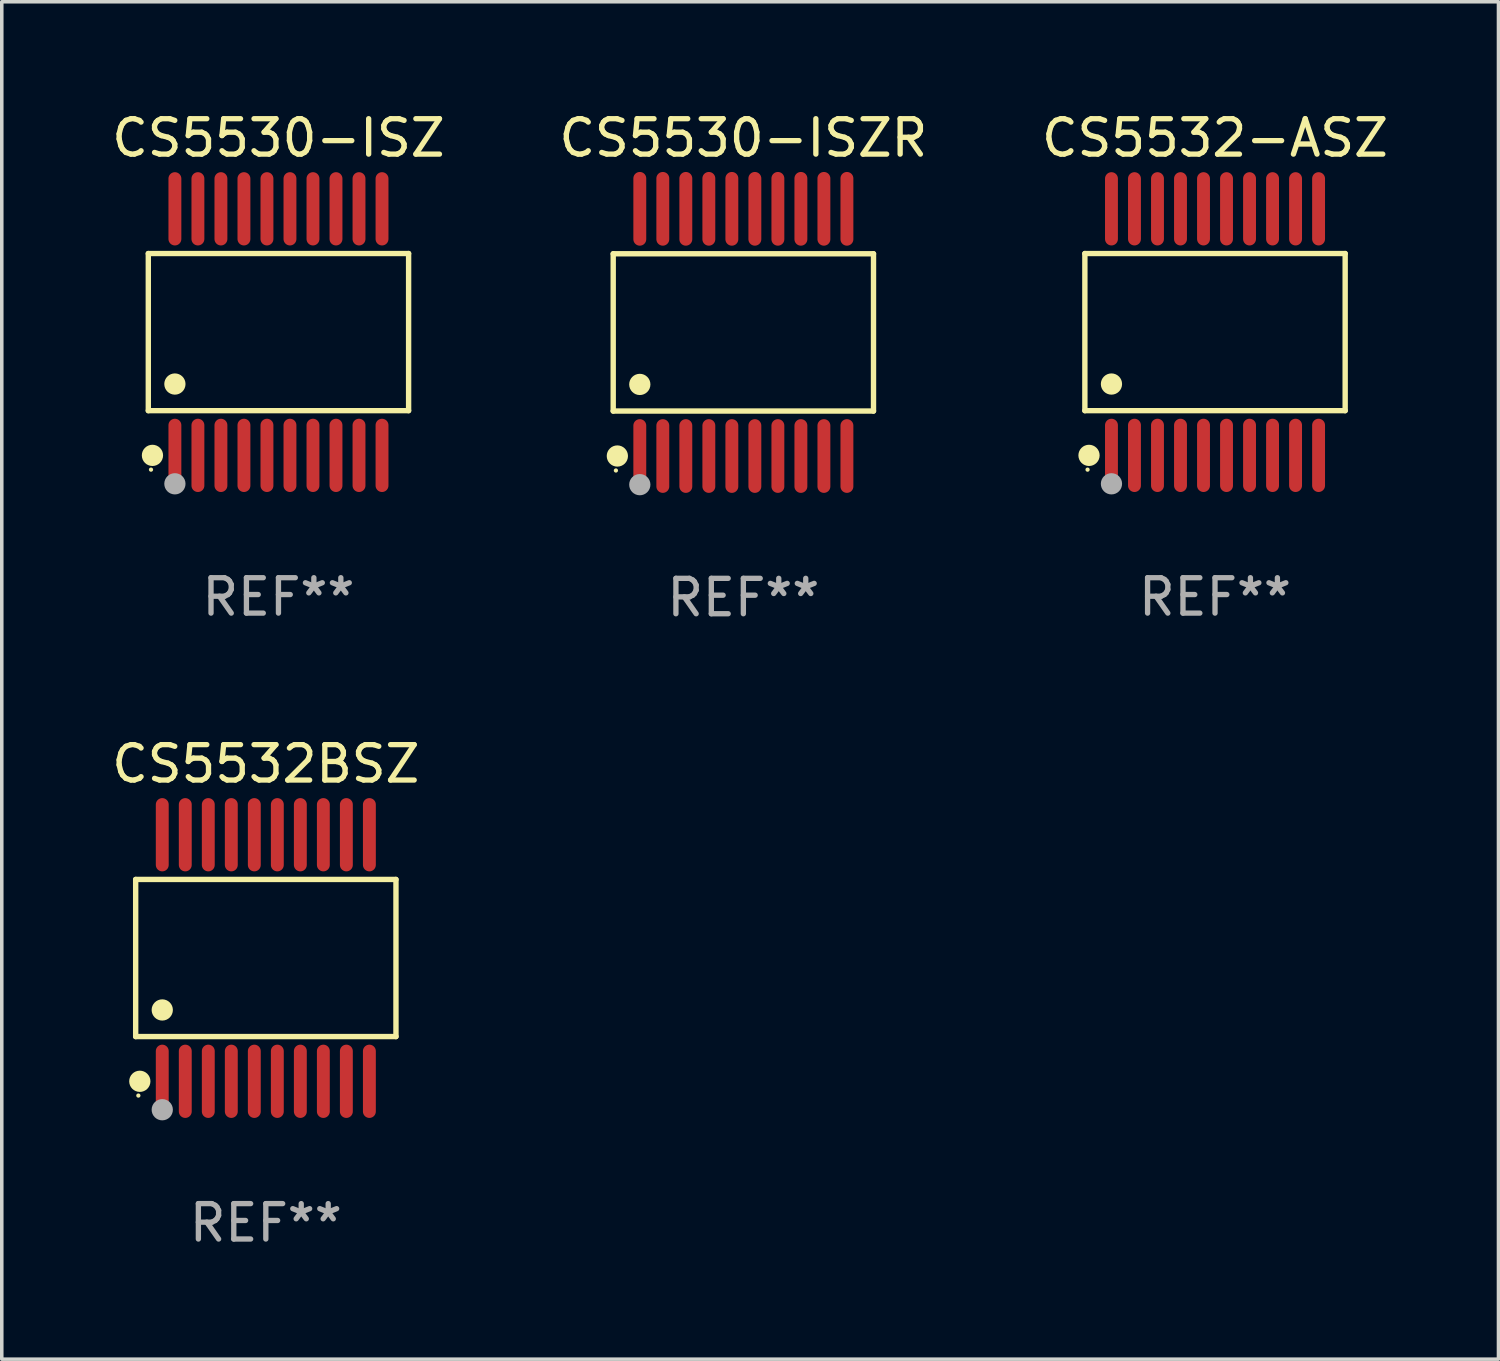
<source format=kicad_pcb>
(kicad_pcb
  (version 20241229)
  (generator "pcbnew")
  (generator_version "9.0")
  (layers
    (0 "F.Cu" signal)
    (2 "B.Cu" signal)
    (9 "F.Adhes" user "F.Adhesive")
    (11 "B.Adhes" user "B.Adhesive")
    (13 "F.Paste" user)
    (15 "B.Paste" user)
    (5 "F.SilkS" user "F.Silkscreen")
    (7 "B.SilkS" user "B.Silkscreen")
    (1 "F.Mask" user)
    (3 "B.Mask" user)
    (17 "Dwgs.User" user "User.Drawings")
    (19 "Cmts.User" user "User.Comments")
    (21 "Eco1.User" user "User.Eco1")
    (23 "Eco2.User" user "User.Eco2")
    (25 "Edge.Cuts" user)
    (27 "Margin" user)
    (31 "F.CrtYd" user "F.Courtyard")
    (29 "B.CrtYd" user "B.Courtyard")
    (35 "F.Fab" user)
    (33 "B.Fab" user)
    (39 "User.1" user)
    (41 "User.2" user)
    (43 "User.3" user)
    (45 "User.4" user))
  (footprint "CS5530-ISZR"
    (layer "F.Cu")
    (at 17.946 6.339)
    (property "Reference" "CS5530-ISZR" (at 0 -5.491 0) (layer "F.SilkS") (effects (font (size 1 1) (thickness 0.15))))
    (attr through_hole)
    (fp_line (start -3.676 -2.221) (end 3.676 -2.221) (stroke (width 0.152) (type solid)) (layer "F.SilkS"))
    (fp_line (start -3.676 2.221) (end -3.676 -2.221) (stroke (width 0.152) (type solid)) (layer "F.SilkS"))
    (fp_line (start 3.676 -2.221) (end 3.676 2.221) (stroke (width 0.152) (type solid)) (layer "F.SilkS"))
    (fp_line (start 3.676 2.221) (end -3.676 2.221) (stroke (width 0.152) (type solid)) (layer "F.SilkS"))
    (fp_circle (center -3.6 3.9) (end -3.57 3.9) (stroke (width 0.06) (type solid)) (fill no) (layer "F.SilkS"))
    (fp_circle (center -3.559 3.491) (end -3.409 3.491) (stroke (width 0.3) (type solid)) (fill no) (layer "F.SilkS"))
    (fp_circle (center -2.925 1.469) (end -2.775 1.469) (stroke (width 0.3) (type solid)) (fill no) (layer "F.SilkS"))
    (fp_circle (center -2.925 4.3) (end -2.775 4.3) (stroke (width 0.3) (type solid)) (fill no) (layer "F.Fab"))
    (fp_text user "REF**" (at 0 7.491 0) (layer "F.Fab") (effects (font (size 1 1) (thickness 0.15))))
    (pad "1" smd oval (at -2.925 3.491) (size 0.364 2.082) (layers "F.Cu" "F.Mask" "F.Paste"))
    (pad "2" smd oval (at -2.275 3.491) (size 0.364 2.082) (layers "F.Cu" "F.Mask" "F.Paste"))
    (pad "3" smd oval (at -1.625 3.491) (size 0.364 2.082) (layers "F.Cu" "F.Mask" "F.Paste"))
    (pad "4" smd oval (at -0.975 3.491) (size 0.364 2.082) (layers "F.Cu" "F.Mask" "F.Paste"))
    (pad "5" smd oval (at -0.325 3.491) (size 0.364 2.082) (layers "F.Cu" "F.Mask" "F.Paste"))
    (pad "6" smd oval (at 0.325 3.491) (size 0.364 2.082) (layers "F.Cu" "F.Mask" "F.Paste"))
    (pad "7" smd oval (at 0.975 3.491) (size 0.364 2.082) (layers "F.Cu" "F.Mask" "F.Paste"))
    (pad "8" smd oval (at 1.625 3.491) (size 0.364 2.082) (layers "F.Cu" "F.Mask" "F.Paste"))
    (pad "9" smd oval (at 2.275 3.491) (size 0.364 2.082) (layers "F.Cu" "F.Mask" "F.Paste"))
    (pad "10" smd oval (at 2.925 3.491) (size 0.364 2.082) (layers "F.Cu" "F.Mask" "F.Paste"))
    (pad "11" smd oval (at 2.925 -3.491) (size 0.364 2.082) (layers "F.Cu" "F.Mask" "F.Paste"))
    (pad "12" smd oval (at 2.275 -3.491) (size 0.364 2.082) (layers "F.Cu" "F.Mask" "F.Paste"))
    (pad "13" smd oval (at 1.625 -3.491) (size 0.364 2.082) (layers "F.Cu" "F.Mask" "F.Paste"))
    (pad "14" smd oval (at 0.975 -3.491) (size 0.364 2.082) (layers "F.Cu" "F.Mask" "F.Paste"))
    (pad "15" smd oval (at 0.325 -3.491) (size 0.364 2.082) (layers "F.Cu" "F.Mask" "F.Paste"))
    (pad "16" smd oval (at -0.325 -3.491) (size 0.364 2.082) (layers "F.Cu" "F.Mask" "F.Paste"))
    (pad "17" smd oval (at -0.975 -3.491) (size 0.364 2.082) (layers "F.Cu" "F.Mask" "F.Paste"))
    (pad "18" smd oval (at -1.625 -3.491) (size 0.364 2.082) (layers "F.Cu" "F.Mask" "F.Paste"))
    (pad "19" smd oval (at -2.275 -3.491) (size 0.364 2.082) (layers "F.Cu" "F.Mask" "F.Paste"))
    (pad "20" smd oval (at -2.925 -3.491) (size 0.364 2.082) (layers "F.Cu" "F.Mask" "F.Paste")))
  (footprint "CS5532-ASZ"
    (layer "F.Cu")
    (at 31.268 6.33)
    (property "Reference" "CS5532-ASZ" (at 0 -5.482 0) (layer "F.SilkS") (effects (font (size 1 1) (thickness 0.15))))
    (attr through_hole)
    (fp_line (start -3.676 -2.219) (end 3.676 -2.219) (stroke (width 0.152) (type solid)) (layer "F.SilkS"))
    (fp_line (start -3.676 2.219) (end -3.676 -2.219) (stroke (width 0.152) (type solid)) (layer "F.SilkS"))
    (fp_line (start 3.676 -2.219) (end 3.676 2.219) (stroke (width 0.152) (type solid)) (layer "F.SilkS"))
    (fp_line (start 3.676 2.219) (end -3.676 2.219) (stroke (width 0.152) (type solid)) (layer "F.SilkS"))
    (fp_circle (center -3.6 3.885) (end -3.57 3.885) (stroke (width 0.06) (type solid)) (fill no) (layer "F.SilkS"))
    (fp_circle (center -3.559 3.482) (end -3.409 3.482) (stroke (width 0.3) (type solid)) (fill no) (layer "F.SilkS"))
    (fp_circle (center -2.925 1.467) (end -2.775 1.467) (stroke (width 0.3) (type solid)) (fill no) (layer "F.SilkS"))
    (fp_circle (center -2.925 4.285) (end -2.775 4.285) (stroke (width 0.3) (type solid)) (fill no) (layer "F.Fab"))
    (fp_text user "REF**" (at 0 7.482 0) (layer "F.Fab") (effects (font (size 1 1) (thickness 0.15))))
    (pad "1" smd oval (at -2.925 3.482) (size 0.364 2.069) (layers "F.Cu" "F.Mask" "F.Paste"))
    (pad "2" smd oval (at -2.275 3.482) (size 0.364 2.069) (layers "F.Cu" "F.Mask" "F.Paste"))
    (pad "3" smd oval (at -1.625 3.482) (size 0.364 2.069) (layers "F.Cu" "F.Mask" "F.Paste"))
    (pad "4" smd oval (at -0.975 3.482) (size 0.364 2.069) (layers "F.Cu" "F.Mask" "F.Paste"))
    (pad "5" smd oval (at -0.325 3.482) (size 0.364 2.069) (layers "F.Cu" "F.Mask" "F.Paste"))
    (pad "6" smd oval (at 0.325 3.482) (size 0.364 2.069) (layers "F.Cu" "F.Mask" "F.Paste"))
    (pad "7" smd oval (at 0.975 3.482) (size 0.364 2.069) (layers "F.Cu" "F.Mask" "F.Paste"))
    (pad "8" smd oval (at 1.625 3.482) (size 0.364 2.069) (layers "F.Cu" "F.Mask" "F.Paste"))
    (pad "9" smd oval (at 2.275 3.482) (size 0.364 2.069) (layers "F.Cu" "F.Mask" "F.Paste"))
    (pad "10" smd oval (at 2.925 3.482) (size 0.364 2.069) (layers "F.Cu" "F.Mask" "F.Paste"))
    (pad "11" smd oval (at 2.925 -3.482) (size 0.364 2.069) (layers "F.Cu" "F.Mask" "F.Paste"))
    (pad "12" smd oval (at 2.275 -3.482) (size 0.364 2.069) (layers "F.Cu" "F.Mask" "F.Paste"))
    (pad "13" smd oval (at 1.625 -3.482) (size 0.364 2.069) (layers "F.Cu" "F.Mask" "F.Paste"))
    (pad "14" smd oval (at 0.975 -3.482) (size 0.364 2.069) (layers "F.Cu" "F.Mask" "F.Paste"))
    (pad "15" smd oval (at 0.325 -3.482) (size 0.364 2.069) (layers "F.Cu" "F.Mask" "F.Paste"))
    (pad "16" smd oval (at -0.325 -3.482) (size 0.364 2.069) (layers "F.Cu" "F.Mask" "F.Paste"))
    (pad "17" smd oval (at -0.975 -3.482) (size 0.364 2.069) (layers "F.Cu" "F.Mask" "F.Paste"))
    (pad "18" smd oval (at -1.625 -3.482) (size 0.364 2.069) (layers "F.Cu" "F.Mask" "F.Paste"))
    (pad "19" smd oval (at -2.275 -3.482) (size 0.364 2.069) (layers "F.Cu" "F.Mask" "F.Paste"))
    (pad "20" smd oval (at -2.925 -3.482) (size 0.364 2.069) (layers "F.Cu" "F.Mask" "F.Paste")))
  (footprint "CS5530-ISZ"
    (layer "F.Cu")
    (at 4.815 6.33)
    (property "Reference" "CS5530-ISZ" (at 0 -5.482 0) (layer "F.SilkS") (effects (font (size 1 1) (thickness 0.15))))
    (attr through_hole)
    (fp_line (start -3.676 -2.219) (end 3.676 -2.219) (stroke (width 0.152) (type solid)) (layer "F.SilkS"))
    (fp_line (start -3.676 2.219) (end -3.676 -2.219) (stroke (width 0.152) (type solid)) (layer "F.SilkS"))
    (fp_line (start 3.676 -2.219) (end 3.676 2.219) (stroke (width 0.152) (type solid)) (layer "F.SilkS"))
    (fp_line (start 3.676 2.219) (end -3.676 2.219) (stroke (width 0.152) (type solid)) (layer "F.SilkS"))
    (fp_circle (center -3.6 3.885) (end -3.57 3.885) (stroke (width 0.06) (type solid)) (fill no) (layer "F.SilkS"))
    (fp_circle (center -3.559 3.482) (end -3.409 3.482) (stroke (width 0.3) (type solid)) (fill no) (layer "F.SilkS"))
    (fp_circle (center -2.925 1.467) (end -2.775 1.467) (stroke (width 0.3) (type solid)) (fill no) (layer "F.SilkS"))
    (fp_circle (center -2.925 4.285) (end -2.775 4.285) (stroke (width 0.3) (type solid)) (fill no) (layer "F.Fab"))
    (fp_text user "REF**" (at 0 7.482 0) (layer "F.Fab") (effects (font (size 1 1) (thickness 0.15))))
    (pad "1" smd oval (at -2.925 3.482) (size 0.364 2.069) (layers "F.Cu" "F.Mask" "F.Paste"))
    (pad "2" smd oval (at -2.275 3.482) (size 0.364 2.069) (layers "F.Cu" "F.Mask" "F.Paste"))
    (pad "3" smd oval (at -1.625 3.482) (size 0.364 2.069) (layers "F.Cu" "F.Mask" "F.Paste"))
    (pad "4" smd oval (at -0.975 3.482) (size 0.364 2.069) (layers "F.Cu" "F.Mask" "F.Paste"))
    (pad "5" smd oval (at -0.325 3.482) (size 0.364 2.069) (layers "F.Cu" "F.Mask" "F.Paste"))
    (pad "6" smd oval (at 0.325 3.482) (size 0.364 2.069) (layers "F.Cu" "F.Mask" "F.Paste"))
    (pad "7" smd oval (at 0.975 3.482) (size 0.364 2.069) (layers "F.Cu" "F.Mask" "F.Paste"))
    (pad "8" smd oval (at 1.625 3.482) (size 0.364 2.069) (layers "F.Cu" "F.Mask" "F.Paste"))
    (pad "9" smd oval (at 2.275 3.482) (size 0.364 2.069) (layers "F.Cu" "F.Mask" "F.Paste"))
    (pad "10" smd oval (at 2.925 3.482) (size 0.364 2.069) (layers "F.Cu" "F.Mask" "F.Paste"))
    (pad "11" smd oval (at 2.925 -3.482) (size 0.364 2.069) (layers "F.Cu" "F.Mask" "F.Paste"))
    (pad "12" smd oval (at 2.275 -3.482) (size 0.364 2.069) (layers "F.Cu" "F.Mask" "F.Paste"))
    (pad "13" smd oval (at 1.625 -3.482) (size 0.364 2.069) (layers "F.Cu" "F.Mask" "F.Paste"))
    (pad "14" smd oval (at 0.975 -3.482) (size 0.364 2.069) (layers "F.Cu" "F.Mask" "F.Paste"))
    (pad "15" smd oval (at 0.325 -3.482) (size 0.364 2.069) (layers "F.Cu" "F.Mask" "F.Paste"))
    (pad "16" smd oval (at -0.325 -3.482) (size 0.364 2.069) (layers "F.Cu" "F.Mask" "F.Paste"))
    (pad "17" smd oval (at -0.975 -3.482) (size 0.364 2.069) (layers "F.Cu" "F.Mask" "F.Paste"))
    (pad "18" smd oval (at -1.625 -3.482) (size 0.364 2.069) (layers "F.Cu" "F.Mask" "F.Paste"))
    (pad "19" smd oval (at -2.275 -3.482) (size 0.364 2.069) (layers "F.Cu" "F.Mask" "F.Paste"))
    (pad "20" smd oval (at -2.925 -3.482) (size 0.364 2.069) (layers "F.Cu" "F.Mask" "F.Paste")))
  (footprint "CS5532BSZ"
    (layer "F.Cu")
    (at 4.458 24.009)
    (property "Reference" "CS5532BSZ" (at 0 -5.482 0) (layer "F.SilkS") (effects (font (size 1 1) (thickness 0.15))))
    (attr through_hole)
    (fp_line (start -3.676 -2.219) (end 3.676 -2.219) (stroke (width 0.152) (type solid)) (layer "F.SilkS"))
    (fp_line (start -3.676 2.219) (end -3.676 -2.219) (stroke (width 0.152) (type solid)) (layer "F.SilkS"))
    (fp_line (start 3.676 -2.219) (end 3.676 2.219) (stroke (width 0.152) (type solid)) (layer "F.SilkS"))
    (fp_line (start 3.676 2.219) (end -3.676 2.219) (stroke (width 0.152) (type solid)) (layer "F.SilkS"))
    (fp_circle (center -3.6 3.885) (end -3.57 3.885) (stroke (width 0.06) (type solid)) (fill no) (layer "F.SilkS"))
    (fp_circle (center -3.559 3.482) (end -3.409 3.482) (stroke (width 0.3) (type solid)) (fill no) (layer "F.SilkS"))
    (fp_circle (center -2.925 1.467) (end -2.775 1.467) (stroke (width 0.3) (type solid)) (fill no) (layer "F.SilkS"))
    (fp_circle (center -2.925 4.285) (end -2.775 4.285) (stroke (width 0.3) (type solid)) (fill no) (layer "F.Fab"))
    (fp_text user "REF**" (at 0 7.482 0) (layer "F.Fab") (effects (font (size 1 1) (thickness 0.15))))
    (pad "1" smd oval (at -2.925 3.482) (size 0.364 2.069) (layers "F.Cu" "F.Mask" "F.Paste"))
    (pad "2" smd oval (at -2.275 3.482) (size 0.364 2.069) (layers "F.Cu" "F.Mask" "F.Paste"))
    (pad "3" smd oval (at -1.625 3.482) (size 0.364 2.069) (layers "F.Cu" "F.Mask" "F.Paste"))
    (pad "4" smd oval (at -0.975 3.482) (size 0.364 2.069) (layers "F.Cu" "F.Mask" "F.Paste"))
    (pad "5" smd oval (at -0.325 3.482) (size 0.364 2.069) (layers "F.Cu" "F.Mask" "F.Paste"))
    (pad "6" smd oval (at 0.325 3.482) (size 0.364 2.069) (layers "F.Cu" "F.Mask" "F.Paste"))
    (pad "7" smd oval (at 0.975 3.482) (size 0.364 2.069) (layers "F.Cu" "F.Mask" "F.Paste"))
    (pad "8" smd oval (at 1.625 3.482) (size 0.364 2.069) (layers "F.Cu" "F.Mask" "F.Paste"))
    (pad "9" smd oval (at 2.275 3.482) (size 0.364 2.069) (layers "F.Cu" "F.Mask" "F.Paste"))
    (pad "10" smd oval (at 2.925 3.482) (size 0.364 2.069) (layers "F.Cu" "F.Mask" "F.Paste"))
    (pad "11" smd oval (at 2.925 -3.482) (size 0.364 2.069) (layers "F.Cu" "F.Mask" "F.Paste"))
    (pad "12" smd oval (at 2.275 -3.482) (size 0.364 2.069) (layers "F.Cu" "F.Mask" "F.Paste"))
    (pad "13" smd oval (at 1.625 -3.482) (size 0.364 2.069) (layers "F.Cu" "F.Mask" "F.Paste"))
    (pad "14" smd oval (at 0.975 -3.482) (size 0.364 2.069) (layers "F.Cu" "F.Mask" "F.Paste"))
    (pad "15" smd oval (at 0.325 -3.482) (size 0.364 2.069) (layers "F.Cu" "F.Mask" "F.Paste"))
    (pad "16" smd oval (at -0.325 -3.482) (size 0.364 2.069) (layers "F.Cu" "F.Mask" "F.Paste"))
    (pad "17" smd oval (at -0.975 -3.482) (size 0.364 2.069) (layers "F.Cu" "F.Mask" "F.Paste"))
    (pad "18" smd oval (at -1.625 -3.482) (size 0.364 2.069) (layers "F.Cu" "F.Mask" "F.Paste"))
    (pad "19" smd oval (at -2.275 -3.482) (size 0.364 2.069) (layers "F.Cu" "F.Mask" "F.Paste"))
    (pad "20" smd oval (at -2.925 -3.482) (size 0.364 2.069) (layers "F.Cu" "F.Mask" "F.Paste")))
  (gr_rect
    (start -3 -3)
    (end 39.274 35.339)
    (stroke (width 0.1) (type default))
    (fill no)
    (layer "Edge.Cuts")))
</source>
